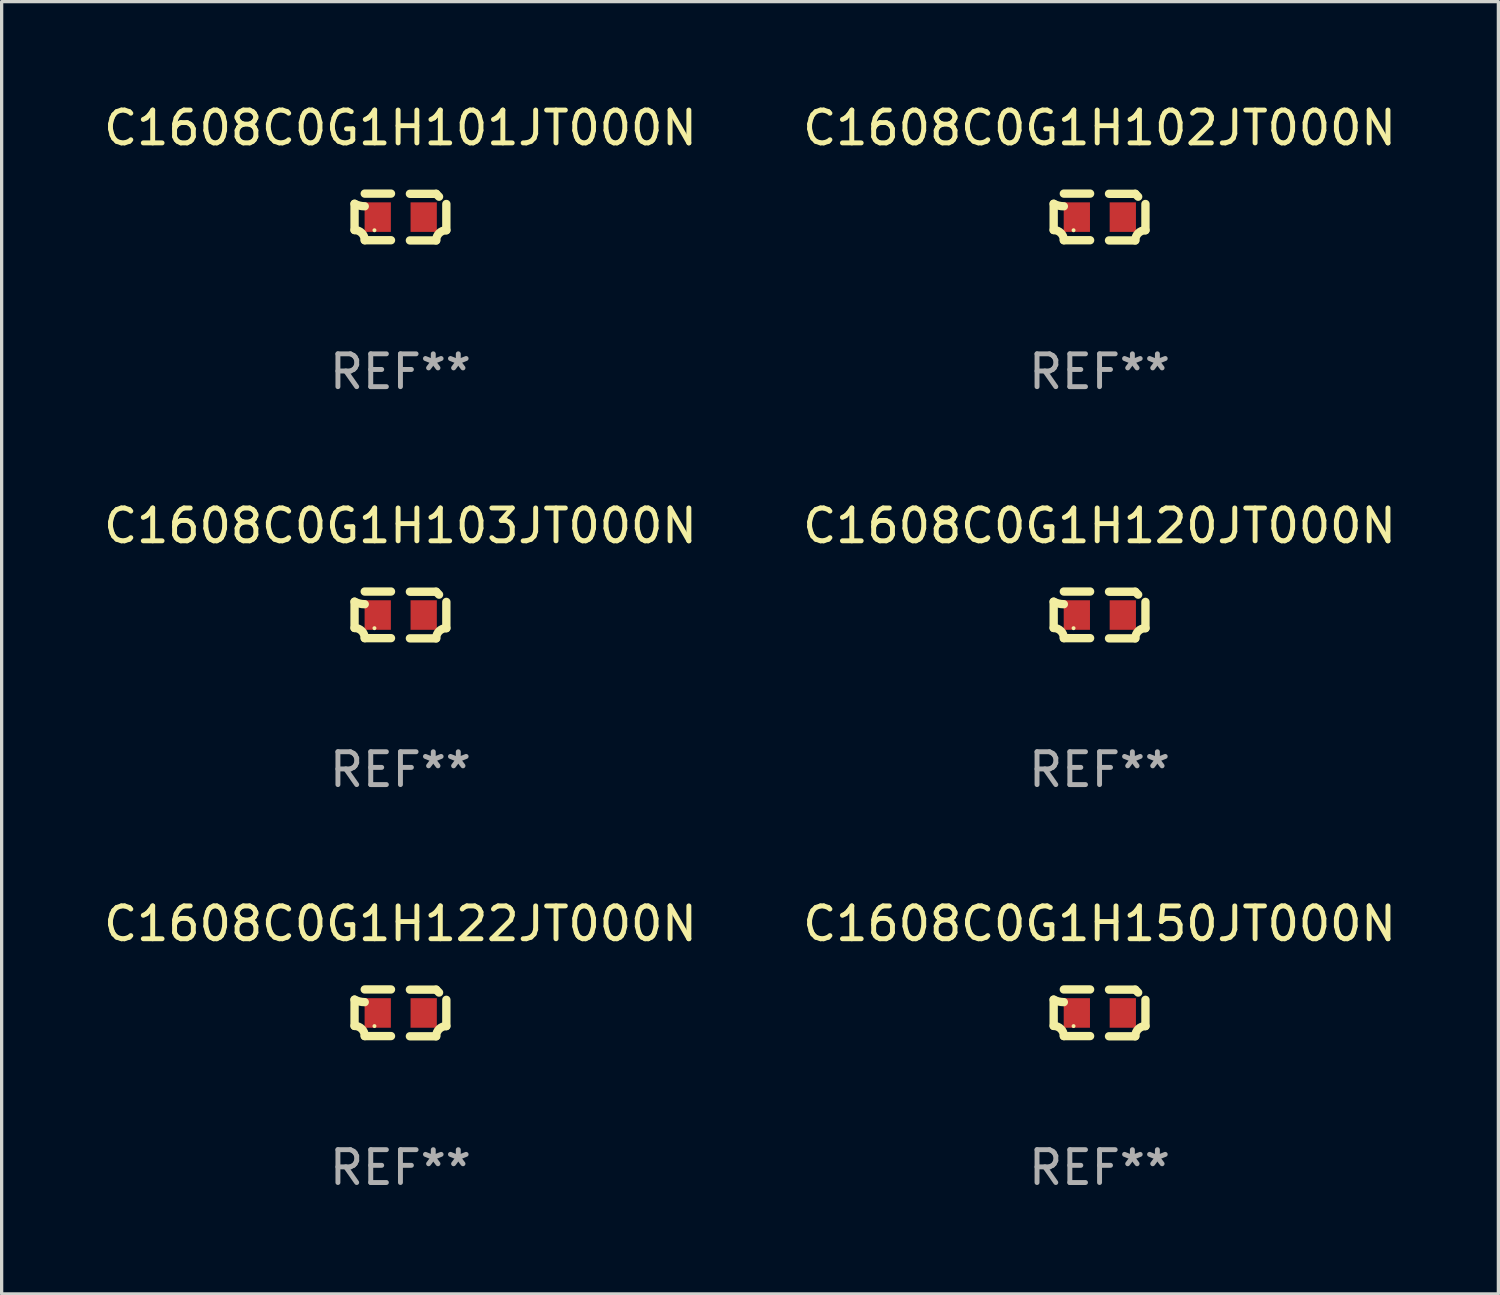
<source format=kicad_pcb>
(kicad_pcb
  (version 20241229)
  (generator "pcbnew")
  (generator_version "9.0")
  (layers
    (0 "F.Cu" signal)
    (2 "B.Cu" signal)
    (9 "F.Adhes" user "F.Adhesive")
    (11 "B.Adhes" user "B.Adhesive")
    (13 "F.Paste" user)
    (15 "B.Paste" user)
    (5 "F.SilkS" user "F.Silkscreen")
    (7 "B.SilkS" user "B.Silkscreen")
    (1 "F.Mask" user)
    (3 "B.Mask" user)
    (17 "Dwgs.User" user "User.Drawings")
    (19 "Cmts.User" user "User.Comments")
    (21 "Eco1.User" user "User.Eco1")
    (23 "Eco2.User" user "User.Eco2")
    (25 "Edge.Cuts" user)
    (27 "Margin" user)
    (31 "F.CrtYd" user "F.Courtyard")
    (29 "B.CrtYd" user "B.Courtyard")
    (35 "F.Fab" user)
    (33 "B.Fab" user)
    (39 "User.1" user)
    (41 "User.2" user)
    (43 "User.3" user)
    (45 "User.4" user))
  (footprint "C1608C0G1H101JT000N"
    (layer "F.Cu")
    (at 9.149 3.561)
    (property "Reference" "C1608C0G1H101JT000N" (at 0 -2.713 0) (layer "F.SilkS") (effects (font (size 1 1) (thickness 0.15))))
    (attr through_hole)
    (fp_line (start -1.398 -0.403) (end -1.398 0.397) (stroke (width 0.254) (type solid)) (layer "F.SilkS"))
    (fp_line (start -0.288 -0.713) (end -1.088 -0.713) (stroke (width 0.254) (type solid)) (layer "F.SilkS"))
    (fp_line (start -0.288 0.707) (end -1.088 0.707) (stroke (width 0.254) (type solid)) (layer "F.SilkS"))
    (fp_line (start 0.288 -0.707) (end 1.088 -0.707) (stroke (width 0.254) (type solid)) (layer "F.SilkS"))
    (fp_line (start 0.288 0.713) (end 1.088 0.713) (stroke (width 0.254) (type solid)) (layer "F.SilkS"))
    (fp_line (start 1.398 -0.397) (end 1.398 0.403) (stroke (width 0.254) (type solid)) (layer "F.SilkS"))
    (fp_arc (start -1.397789 0.397066) (mid -1.178701 0.487826) (end -1.08796 0.706922) (stroke (width 0.254001) (type solid)) (layer "F.SilkS"))
    (fp_arc (start -1.08796 -0.327176) (mid -1.247436 -0.346384) (end -1.39779 -0.402908) (stroke (width 0.254001) (type solid)) (layer "F.SilkS"))
    (fp_arc (start 1.087909 0.712738) (mid 1.178656 0.493655) (end 1.397739 0.402908) (stroke (width 0.254001) (type solid)) (layer "F.SilkS"))
    (fp_arc (start 1.175925 -0.618926) (mid 1.131917 -0.662923) (end 1.08791 -0.706922) (stroke (width 0.254001) (type solid)) (layer "F.SilkS"))
    (fp_circle (center -0.792 0.403) (end -0.762 0.403) (stroke (width 0.06) (type solid)) (fill no) (layer "F.SilkS"))
    (fp_text user "REF**" (at 0 4.713 0) (layer "F.Fab") (effects (font (size 1 1) (thickness 0.15))))
    (pad "1" smd rect (at -0.692 0.003) (size 0.8 0.9) (layers "F.Cu" "F.Mask" "F.Paste"))
    (pad "2" smd rect (at 0.708 0.003) (size 0.8 0.9) (layers "F.Cu" "F.Mask" "F.Paste")))
  (footprint "C1608C0G1H103JT000N"
    (layer "F.Cu")
    (at 9.149 15.683)
    (property "Reference" "C1608C0G1H103JT000N" (at 0 -2.713 0) (layer "F.SilkS") (effects (font (size 1 1) (thickness 0.15))))
    (attr through_hole)
    (fp_line (start -1.398 -0.403) (end -1.398 0.397) (stroke (width 0.254) (type solid)) (layer "F.SilkS"))
    (fp_line (start -0.288 -0.713) (end -1.088 -0.713) (stroke (width 0.254) (type solid)) (layer "F.SilkS"))
    (fp_line (start -0.288 0.707) (end -1.088 0.707) (stroke (width 0.254) (type solid)) (layer "F.SilkS"))
    (fp_line (start 0.288 -0.707) (end 1.088 -0.707) (stroke (width 0.254) (type solid)) (layer "F.SilkS"))
    (fp_line (start 0.288 0.713) (end 1.088 0.713) (stroke (width 0.254) (type solid)) (layer "F.SilkS"))
    (fp_line (start 1.398 -0.397) (end 1.398 0.403) (stroke (width 0.254) (type solid)) (layer "F.SilkS"))
    (fp_arc (start -1.397789 0.397066) (mid -1.178701 0.487826) (end -1.08796 0.706922) (stroke (width 0.254001) (type solid)) (layer "F.SilkS"))
    (fp_arc (start -1.08796 -0.327176) (mid -1.247436 -0.346384) (end -1.39779 -0.402908) (stroke (width 0.254001) (type solid)) (layer "F.SilkS"))
    (fp_arc (start 1.087909 0.712738) (mid 1.178656 0.493655) (end 1.397739 0.402908) (stroke (width 0.254001) (type solid)) (layer "F.SilkS"))
    (fp_arc (start 1.175925 -0.618926) (mid 1.131917 -0.662923) (end 1.08791 -0.706922) (stroke (width 0.254001) (type solid)) (layer "F.SilkS"))
    (fp_circle (center -0.792 0.403) (end -0.762 0.403) (stroke (width 0.06) (type solid)) (fill no) (layer "F.SilkS"))
    (fp_text user "REF**" (at 0 4.713 0) (layer "F.Fab") (effects (font (size 1 1) (thickness 0.15))))
    (pad "1" smd rect (at -0.692 0.003) (size 0.8 0.9) (layers "F.Cu" "F.Mask" "F.Paste"))
    (pad "2" smd rect (at 0.708 0.003) (size 0.8 0.9) (layers "F.Cu" "F.Mask" "F.Paste")))
  (footprint "C1608C0G1H102JT000N"
    (layer "F.Cu")
    (at 30.446 3.561)
    (property "Reference" "C1608C0G1H102JT000N" (at 0 -2.713 0) (layer "F.SilkS") (effects (font (size 1 1) (thickness 0.15))))
    (attr through_hole)
    (fp_line (start -1.398 -0.403) (end -1.398 0.397) (stroke (width 0.254) (type solid)) (layer "F.SilkS"))
    (fp_line (start -0.288 -0.713) (end -1.088 -0.713) (stroke (width 0.254) (type solid)) (layer "F.SilkS"))
    (fp_line (start -0.288 0.707) (end -1.088 0.707) (stroke (width 0.254) (type solid)) (layer "F.SilkS"))
    (fp_line (start 0.288 -0.707) (end 1.088 -0.707) (stroke (width 0.254) (type solid)) (layer "F.SilkS"))
    (fp_line (start 0.288 0.713) (end 1.088 0.713) (stroke (width 0.254) (type solid)) (layer "F.SilkS"))
    (fp_line (start 1.398 -0.397) (end 1.398 0.403) (stroke (width 0.254) (type solid)) (layer "F.SilkS"))
    (fp_arc (start -1.397789 0.397066) (mid -1.178701 0.487826) (end -1.08796 0.706922) (stroke (width 0.254001) (type solid)) (layer "F.SilkS"))
    (fp_arc (start -1.08796 -0.327176) (mid -1.247436 -0.346384) (end -1.39779 -0.402908) (stroke (width 0.254001) (type solid)) (layer "F.SilkS"))
    (fp_arc (start 1.087909 0.712738) (mid 1.178656 0.493655) (end 1.397739 0.402908) (stroke (width 0.254001) (type solid)) (layer "F.SilkS"))
    (fp_arc (start 1.175925 -0.618926) (mid 1.131917 -0.662923) (end 1.08791 -0.706922) (stroke (width 0.254001) (type solid)) (layer "F.SilkS"))
    (fp_circle (center -0.792 0.403) (end -0.762 0.403) (stroke (width 0.06) (type solid)) (fill no) (layer "F.SilkS"))
    (fp_text user "REF**" (at 0 4.713 0) (layer "F.Fab") (effects (font (size 1 1) (thickness 0.15))))
    (pad "1" smd rect (at -0.692 0.003) (size 0.8 0.9) (layers "F.Cu" "F.Mask" "F.Paste"))
    (pad "2" smd rect (at 0.708 0.003) (size 0.8 0.9) (layers "F.Cu" "F.Mask" "F.Paste")))
  (footprint "C1608C0G1H120JT000N"
    (layer "F.Cu")
    (at 30.446 15.683)
    (property "Reference" "C1608C0G1H120JT000N" (at 0 -2.713 0) (layer "F.SilkS") (effects (font (size 1 1) (thickness 0.15))))
    (attr through_hole)
    (fp_line (start -1.398 -0.403) (end -1.398 0.397) (stroke (width 0.254) (type solid)) (layer "F.SilkS"))
    (fp_line (start -0.288 -0.713) (end -1.088 -0.713) (stroke (width 0.254) (type solid)) (layer "F.SilkS"))
    (fp_line (start -0.288 0.707) (end -1.088 0.707) (stroke (width 0.254) (type solid)) (layer "F.SilkS"))
    (fp_line (start 0.288 -0.707) (end 1.088 -0.707) (stroke (width 0.254) (type solid)) (layer "F.SilkS"))
    (fp_line (start 0.288 0.713) (end 1.088 0.713) (stroke (width 0.254) (type solid)) (layer "F.SilkS"))
    (fp_line (start 1.398 -0.397) (end 1.398 0.403) (stroke (width 0.254) (type solid)) (layer "F.SilkS"))
    (fp_arc (start -1.397789 0.397066) (mid -1.178701 0.487826) (end -1.08796 0.706922) (stroke (width 0.254001) (type solid)) (layer "F.SilkS"))
    (fp_arc (start -1.08796 -0.327176) (mid -1.247436 -0.346384) (end -1.39779 -0.402908) (stroke (width 0.254001) (type solid)) (layer "F.SilkS"))
    (fp_arc (start 1.087909 0.712738) (mid 1.178656 0.493655) (end 1.397739 0.402908) (stroke (width 0.254001) (type solid)) (layer "F.SilkS"))
    (fp_arc (start 1.175925 -0.618926) (mid 1.131917 -0.662923) (end 1.08791 -0.706922) (stroke (width 0.254001) (type solid)) (layer "F.SilkS"))
    (fp_circle (center -0.792 0.403) (end -0.762 0.403) (stroke (width 0.06) (type solid)) (fill no) (layer "F.SilkS"))
    (fp_text user "REF**" (at 0 4.713 0) (layer "F.Fab") (effects (font (size 1 1) (thickness 0.15))))
    (pad "1" smd rect (at -0.692 0.003) (size 0.8 0.9) (layers "F.Cu" "F.Mask" "F.Paste"))
    (pad "2" smd rect (at 0.708 0.003) (size 0.8 0.9) (layers "F.Cu" "F.Mask" "F.Paste")))
  (footprint "C1608C0G1H150JT000N"
    (layer "F.Cu")
    (at 30.446 27.805)
    (property "Reference" "C1608C0G1H150JT000N" (at 0 -2.713 0) (layer "F.SilkS") (effects (font (size 1 1) (thickness 0.15))))
    (attr through_hole)
    (fp_line (start -1.398 -0.403) (end -1.398 0.397) (stroke (width 0.254) (type solid)) (layer "F.SilkS"))
    (fp_line (start -0.288 -0.713) (end -1.088 -0.713) (stroke (width 0.254) (type solid)) (layer "F.SilkS"))
    (fp_line (start -0.288 0.707) (end -1.088 0.707) (stroke (width 0.254) (type solid)) (layer "F.SilkS"))
    (fp_line (start 0.288 -0.707) (end 1.088 -0.707) (stroke (width 0.254) (type solid)) (layer "F.SilkS"))
    (fp_line (start 0.288 0.713) (end 1.088 0.713) (stroke (width 0.254) (type solid)) (layer "F.SilkS"))
    (fp_line (start 1.398 -0.397) (end 1.398 0.403) (stroke (width 0.254) (type solid)) (layer "F.SilkS"))
    (fp_arc (start -1.397789 0.397066) (mid -1.178701 0.487826) (end -1.08796 0.706922) (stroke (width 0.254001) (type solid)) (layer "F.SilkS"))
    (fp_arc (start -1.08796 -0.327176) (mid -1.247436 -0.346384) (end -1.39779 -0.402908) (stroke (width 0.254001) (type solid)) (layer "F.SilkS"))
    (fp_arc (start 1.087909 0.712738) (mid 1.178656 0.493655) (end 1.397739 0.402908) (stroke (width 0.254001) (type solid)) (layer "F.SilkS"))
    (fp_arc (start 1.175925 -0.618926) (mid 1.131917 -0.662923) (end 1.08791 -0.706922) (stroke (width 0.254001) (type solid)) (layer "F.SilkS"))
    (fp_circle (center -0.792 0.403) (end -0.762 0.403) (stroke (width 0.06) (type solid)) (fill no) (layer "F.SilkS"))
    (fp_text user "REF**" (at 0 4.713 0) (layer "F.Fab") (effects (font (size 1 1) (thickness 0.15))))
    (pad "1" smd rect (at -0.692 0.003) (size 0.8 0.9) (layers "F.Cu" "F.Mask" "F.Paste"))
    (pad "2" smd rect (at 0.708 0.003) (size 0.8 0.9) (layers "F.Cu" "F.Mask" "F.Paste")))
  (footprint "C1608C0G1H122JT000N"
    (layer "F.Cu")
    (at 9.149 27.805)
    (property "Reference" "C1608C0G1H122JT000N" (at 0 -2.713 0) (layer "F.SilkS") (effects (font (size 1 1) (thickness 0.15))))
    (attr through_hole)
    (fp_line (start -1.398 -0.403) (end -1.398 0.397) (stroke (width 0.254) (type solid)) (layer "F.SilkS"))
    (fp_line (start -0.288 -0.713) (end -1.088 -0.713) (stroke (width 0.254) (type solid)) (layer "F.SilkS"))
    (fp_line (start -0.288 0.707) (end -1.088 0.707) (stroke (width 0.254) (type solid)) (layer "F.SilkS"))
    (fp_line (start 0.288 -0.707) (end 1.088 -0.707) (stroke (width 0.254) (type solid)) (layer "F.SilkS"))
    (fp_line (start 0.288 0.713) (end 1.088 0.713) (stroke (width 0.254) (type solid)) (layer "F.SilkS"))
    (fp_line (start 1.398 -0.397) (end 1.398 0.403) (stroke (width 0.254) (type solid)) (layer "F.SilkS"))
    (fp_arc (start -1.397789 0.397066) (mid -1.178701 0.487826) (end -1.08796 0.706922) (stroke (width 0.254001) (type solid)) (layer "F.SilkS"))
    (fp_arc (start -1.08796 -0.327176) (mid -1.247436 -0.346384) (end -1.39779 -0.402908) (stroke (width 0.254001) (type solid)) (layer "F.SilkS"))
    (fp_arc (start 1.087909 0.712738) (mid 1.178656 0.493655) (end 1.397739 0.402908) (stroke (width 0.254001) (type solid)) (layer "F.SilkS"))
    (fp_arc (start 1.175925 -0.618926) (mid 1.131917 -0.662923) (end 1.08791 -0.706922) (stroke (width 0.254001) (type solid)) (layer "F.SilkS"))
    (fp_circle (center -0.792 0.403) (end -0.762 0.403) (stroke (width 0.06) (type solid)) (fill no) (layer "F.SilkS"))
    (fp_text user "REF**" (at 0 4.713 0) (layer "F.Fab") (effects (font (size 1 1) (thickness 0.15))))
    (pad "1" smd rect (at -0.692 0.003) (size 0.8 0.9) (layers "F.Cu" "F.Mask" "F.Paste"))
    (pad "2" smd rect (at 0.708 0.003) (size 0.8 0.9) (layers "F.Cu" "F.Mask" "F.Paste")))
  (gr_rect
    (start -3 -3)
    (end 42.595 36.366)
    (stroke (width 0.1) (type default))
    (fill no)
    (layer "Edge.Cuts")))
</source>
